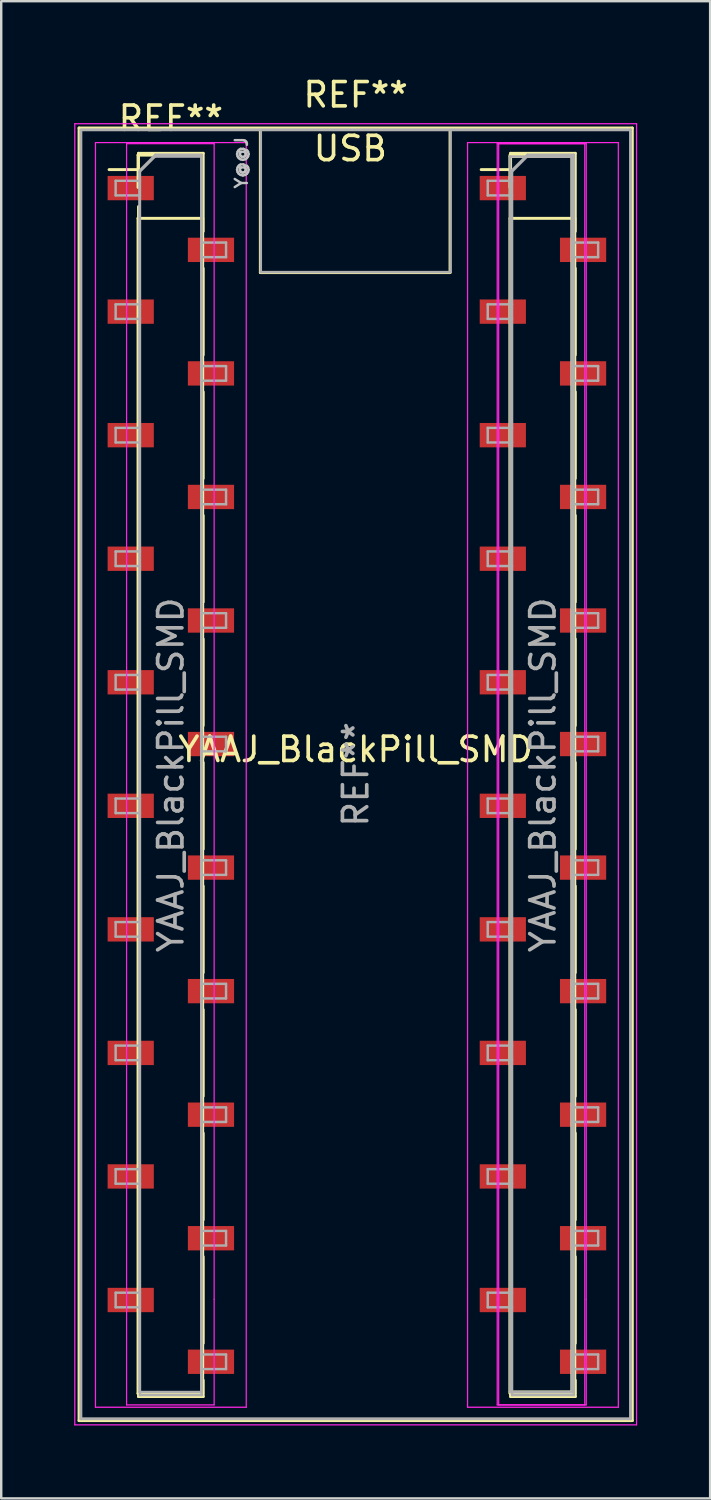
<source format=kicad_pcb>
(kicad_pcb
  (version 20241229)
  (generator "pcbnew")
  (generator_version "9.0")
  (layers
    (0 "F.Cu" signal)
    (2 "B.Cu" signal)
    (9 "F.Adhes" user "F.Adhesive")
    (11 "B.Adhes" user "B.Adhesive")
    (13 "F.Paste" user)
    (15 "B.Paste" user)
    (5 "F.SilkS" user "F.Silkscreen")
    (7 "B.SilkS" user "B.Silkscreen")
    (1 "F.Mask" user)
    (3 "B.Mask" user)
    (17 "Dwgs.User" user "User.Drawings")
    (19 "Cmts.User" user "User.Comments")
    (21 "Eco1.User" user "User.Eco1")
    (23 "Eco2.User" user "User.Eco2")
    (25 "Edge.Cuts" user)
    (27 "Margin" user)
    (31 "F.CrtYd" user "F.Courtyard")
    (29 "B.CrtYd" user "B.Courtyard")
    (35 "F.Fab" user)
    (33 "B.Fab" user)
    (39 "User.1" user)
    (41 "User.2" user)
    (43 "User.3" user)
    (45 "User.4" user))
  (footprint "YAAJ_BlackPill_SMD"
    (layer "F.Cu")
    (at 11.575 27.264)
    (property "Reference" "YAAJ_BlackPill_SMD" (at 0 0.5 0) (layer "F.SilkS") (effects (font (size 1 1) (thickness 0.15))))
    (attr through_hole)
    (fp_line (start -11.375 -25.051) (end 11.375 -25.051) (stroke (width 0.12) (type solid)) (layer "F.SilkS"))
    (fp_line (start -11.375 28.099) (end -11.375 -25.051) (stroke (width 0.12) (type solid)) (layer "F.SilkS"))
    (fp_line (start -10.14 -23.34) (end -8.93 -23.34) (stroke (width 0.12) (type solid)) (layer "F.SilkS"))
    (fp_line (start -8.95 -23.936) (end -7.62 -23.936) (stroke (width 0.12) (type solid)) (layer "F.SilkS"))
    (fp_line (start -8.95 -22.606) (end -8.95 -23.936) (stroke (width 0.12) (type solid)) (layer "F.SilkS"))
    (fp_line (start -8.95 -21.336) (end -6.29 -21.336) (stroke (width 0.12) (type solid)) (layer "F.SilkS"))
    (fp_line (start -8.95 26.984) (end -8.95 -21.336) (stroke (width 0.12) (type solid)) (layer "F.SilkS"))
    (fp_line (start -8.93 -24.01) (end -8.93 -23.34) (stroke (width 0.12) (type solid)) (layer "F.SilkS"))
    (fp_line (start -8.93 -24.01) (end -6.27 -24.01) (stroke (width 0.12) (type solid)) (layer "F.SilkS"))
    (fp_line (start -8.93 -21.82) (end -8.93 -18.26) (stroke (width 0.12) (type solid)) (layer "F.SilkS"))
    (fp_line (start -8.93 -16.74) (end -8.93 -13.18) (stroke (width 0.12) (type solid)) (layer "F.SilkS"))
    (fp_line (start -8.93 -11.66) (end -8.93 -8.1) (stroke (width 0.12) (type solid)) (layer "F.SilkS"))
    (fp_line (start -8.93 -6.58) (end -8.93 -3.02) (stroke (width 0.12) (type solid)) (layer "F.SilkS"))
    (fp_line (start -8.93 -1.5) (end -8.93 2.06) (stroke (width 0.12) (type solid)) (layer "F.SilkS"))
    (fp_line (start -8.93 3.58) (end -8.93 7.14) (stroke (width 0.12) (type solid)) (layer "F.SilkS"))
    (fp_line (start -8.93 8.66) (end -8.93 12.22) (stroke (width 0.12) (type solid)) (layer "F.SilkS"))
    (fp_line (start -8.93 13.74) (end -8.93 17.3) (stroke (width 0.12) (type solid)) (layer "F.SilkS"))
    (fp_line (start -8.93 18.82) (end -8.93 22.38) (stroke (width 0.12) (type solid)) (layer "F.SilkS"))
    (fp_line (start -8.93 23.9) (end -8.93 27.11) (stroke (width 0.12) (type solid)) (layer "F.SilkS"))
    (fp_line (start -8.93 27.11) (end -6.27 27.11) (stroke (width 0.12) (type solid)) (layer "F.SilkS"))
    (fp_line (start -6.29 -21.336) (end -6.29 26.984) (stroke (width 0.12) (type solid)) (layer "F.SilkS"))
    (fp_line (start -6.29 26.984) (end -8.95 26.984) (stroke (width 0.12) (type solid)) (layer "F.SilkS"))
    (fp_line (start -6.27 -24.01) (end -6.27 -20.8) (stroke (width 0.12) (type solid)) (layer "F.SilkS"))
    (fp_line (start -6.27 -19.28) (end -6.27 -15.72) (stroke (width 0.12) (type solid)) (layer "F.SilkS"))
    (fp_line (start -6.27 -14.2) (end -6.27 -10.64) (stroke (width 0.12) (type solid)) (layer "F.SilkS"))
    (fp_line (start -6.27 -9.12) (end -6.27 -5.56) (stroke (width 0.12) (type solid)) (layer "F.SilkS"))
    (fp_line (start -6.27 -4.04) (end -6.27 -0.48) (stroke (width 0.12) (type solid)) (layer "F.SilkS"))
    (fp_line (start -6.27 1.04) (end -6.27 4.6) (stroke (width 0.12) (type solid)) (layer "F.SilkS"))
    (fp_line (start -6.27 6.12) (end -6.27 9.68) (stroke (width 0.12) (type solid)) (layer "F.SilkS"))
    (fp_line (start -6.27 11.2) (end -6.27 14.76) (stroke (width 0.12) (type solid)) (layer "F.SilkS"))
    (fp_line (start -6.27 16.28) (end -6.27 19.84) (stroke (width 0.12) (type solid)) (layer "F.SilkS"))
    (fp_line (start -6.27 21.36) (end -6.27 24.92) (stroke (width 0.12) (type solid)) (layer "F.SilkS"))
    (fp_line (start -6.27 26.44) (end -6.27 27.11) (stroke (width 0.12) (type solid)) (layer "F.SilkS"))
    (fp_line (start -3.92 -25.006) (end -3.92 -19.106) (stroke (width 0.12) (type solid)) (layer "F.SilkS"))
    (fp_line (start -3.92 -19.106) (end 3.88 -19.106) (stroke (width 0.12) (type solid)) (layer "F.SilkS"))
    (fp_line (start 3.88 -19.106) (end 3.88 -25.006) (stroke (width 0.12) (type solid)) (layer "F.SilkS"))
    (fp_line (start 5.16 -23.34) (end 6.37 -23.34) (stroke (width 0.12) (type solid)) (layer "F.SilkS"))
    (fp_line (start 6.35 -23.936) (end 7.68 -23.936) (stroke (width 0.12) (type solid)) (layer "F.SilkS"))
    (fp_line (start 6.35 -23.876) (end 8.89 -23.876) (stroke (width 0.12) (type solid)) (layer "F.SilkS"))
    (fp_line (start 6.35 -22.606) (end 6.35 -23.936) (stroke (width 0.12) (type solid)) (layer "F.SilkS"))
    (fp_line (start 6.35 -21.336) (end 9.01 -21.336) (stroke (width 0.12) (type solid)) (layer "F.SilkS"))
    (fp_line (start 6.35 26.924) (end 6.35 -23.876) (stroke (width 0.12) (type solid)) (layer "F.SilkS"))
    (fp_line (start 6.35 26.984) (end 6.35 -21.336) (stroke (width 0.12) (type solid)) (layer "F.SilkS"))
    (fp_line (start 6.37 -24.01) (end 6.37 -23.34) (stroke (width 0.12) (type solid)) (layer "F.SilkS"))
    (fp_line (start 6.37 -24.01) (end 9.03 -24.01) (stroke (width 0.12) (type solid)) (layer "F.SilkS"))
    (fp_line (start 6.37 -21.82) (end 6.37 -18.26) (stroke (width 0.12) (type solid)) (layer "F.SilkS"))
    (fp_line (start 6.37 -16.74) (end 6.37 -13.18) (stroke (width 0.12) (type solid)) (layer "F.SilkS"))
    (fp_line (start 6.37 -11.66) (end 6.37 -8.1) (stroke (width 0.12) (type solid)) (layer "F.SilkS"))
    (fp_line (start 6.37 -6.58) (end 6.37 -3.02) (stroke (width 0.12) (type solid)) (layer "F.SilkS"))
    (fp_line (start 6.37 -1.5) (end 6.37 2.06) (stroke (width 0.12) (type solid)) (layer "F.SilkS"))
    (fp_line (start 6.37 3.58) (end 6.37 7.14) (stroke (width 0.12) (type solid)) (layer "F.SilkS"))
    (fp_line (start 6.37 8.66) (end 6.37 12.22) (stroke (width 0.12) (type solid)) (layer "F.SilkS"))
    (fp_line (start 6.37 13.74) (end 6.37 17.3) (stroke (width 0.12) (type solid)) (layer "F.SilkS"))
    (fp_line (start 6.37 18.82) (end 6.37 22.38) (stroke (width 0.12) (type solid)) (layer "F.SilkS"))
    (fp_line (start 6.37 23.9) (end 6.37 27.11) (stroke (width 0.12) (type solid)) (layer "F.SilkS"))
    (fp_line (start 6.37 27.11) (end 9.03 27.11) (stroke (width 0.12) (type solid)) (layer "F.SilkS"))
    (fp_line (start 8.89 -23.876) (end 8.89 26.924) (stroke (width 0.12) (type solid)) (layer "F.SilkS"))
    (fp_line (start 8.89 26.924) (end 6.35 26.924) (stroke (width 0.12) (type solid)) (layer "F.SilkS"))
    (fp_line (start 9.01 -21.336) (end 9.01 26.984) (stroke (width 0.12) (type solid)) (layer "F.SilkS"))
    (fp_line (start 9.01 26.984) (end 6.35 26.984) (stroke (width 0.12) (type solid)) (layer "F.SilkS"))
    (fp_line (start 9.03 -24.01) (end 9.03 -20.8) (stroke (width 0.12) (type solid)) (layer "F.SilkS"))
    (fp_line (start 9.03 -19.28) (end 9.03 -15.72) (stroke (width 0.12) (type solid)) (layer "F.SilkS"))
    (fp_line (start 9.03 -14.2) (end 9.03 -10.64) (stroke (width 0.12) (type solid)) (layer "F.SilkS"))
    (fp_line (start 9.03 -9.12) (end 9.03 -5.56) (stroke (width 0.12) (type solid)) (layer "F.SilkS"))
    (fp_line (start 9.03 -4.04) (end 9.03 -0.48) (stroke (width 0.12) (type solid)) (layer "F.SilkS"))
    (fp_line (start 9.03 1.04) (end 9.03 4.6) (stroke (width 0.12) (type solid)) (layer "F.SilkS"))
    (fp_line (start 9.03 6.12) (end 9.03 9.68) (stroke (width 0.12) (type solid)) (layer "F.SilkS"))
    (fp_line (start 9.03 11.2) (end 9.03 14.76) (stroke (width 0.12) (type solid)) (layer "F.SilkS"))
    (fp_line (start 9.03 16.28) (end 9.03 19.84) (stroke (width 0.12) (type solid)) (layer "F.SilkS"))
    (fp_line (start 9.03 21.36) (end 9.03 24.92) (stroke (width 0.12) (type solid)) (layer "F.SilkS"))
    (fp_line (start 9.03 26.44) (end 9.03 27.11) (stroke (width 0.12) (type solid)) (layer "F.SilkS"))
    (fp_line (start 11.375 -25.051) (end 11.375 28.099) (stroke (width 0.12) (type solid)) (layer "F.SilkS"))
    (fp_line (start 11.375 28.099) (end -11.375 28.099) (stroke (width 0.12) (type solid)) (layer "F.SilkS"))
    (fp_line (start -11.55 -25.226) (end 11.55 -25.226) (stroke (width 0.05) (type solid)) (layer "F.CrtYd"))
    (fp_line (start -11.55 28.274) (end -11.55 -25.226) (stroke (width 0.05) (type solid)) (layer "F.CrtYd"))
    (fp_line (start -10.7 -24.45) (end -4.5 -24.45) (stroke (width 0.05) (type solid)) (layer "F.CrtYd"))
    (fp_line (start -10.7 27.55) (end -10.7 -24.45) (stroke (width 0.05) (type solid)) (layer "F.CrtYd"))
    (fp_line (start -9.42 -24.406) (end -9.42 27.454) (stroke (width 0.05) (type solid)) (layer "F.CrtYd"))
    (fp_line (start -9.42 27.454) (end -5.82 27.454) (stroke (width 0.05) (type solid)) (layer "F.CrtYd"))
    (fp_line (start -5.82 -24.406) (end -9.42 -24.406) (stroke (width 0.05) (type solid)) (layer "F.CrtYd"))
    (fp_line (start -5.82 -24.406) (end -5.82 23.114) (stroke (width 0.05) (type solid)) (layer "F.CrtYd"))
    (fp_line (start -5.82 23.114) (end -5.82 27.454) (stroke (width 0.05) (type solid)) (layer "F.CrtYd"))
    (fp_line (start -4.5 -24.45) (end -4.5 27.55) (stroke (width 0.05) (type solid)) (layer "F.CrtYd"))
    (fp_line (start -4.5 27.55) (end -10.7 27.55) (stroke (width 0.05) (type solid)) (layer "F.CrtYd"))
    (fp_line (start 4.6 -24.45) (end 10.8 -24.45) (stroke (width 0.05) (type solid)) (layer "F.CrtYd"))
    (fp_line (start 4.6 27.55) (end 4.6 -24.45) (stroke (width 0.05) (type solid)) (layer "F.CrtYd"))
    (fp_line (start 5.82 -24.406) (end 5.82 23.114) (stroke (width 0.05) (type solid)) (layer "F.CrtYd"))
    (fp_line (start 5.82 -24.406) (end 9.42 -24.406) (stroke (width 0.05) (type solid)) (layer "F.CrtYd"))
    (fp_line (start 5.82 23.114) (end 5.82 27.454) (stroke (width 0.05) (type solid)) (layer "F.CrtYd"))
    (fp_line (start 5.88 -24.406) (end 5.88 27.454) (stroke (width 0.05) (type solid)) (layer "F.CrtYd"))
    (fp_line (start 5.88 27.454) (end 9.48 27.454) (stroke (width 0.05) (type solid)) (layer "F.CrtYd"))
    (fp_line (start 9.42 -24.406) (end 9.42 27.454) (stroke (width 0.05) (type solid)) (layer "F.CrtYd"))
    (fp_line (start 9.42 27.454) (end 5.82 27.454) (stroke (width 0.05) (type solid)) (layer "F.CrtYd"))
    (fp_line (start 9.48 -24.406) (end 5.88 -24.406) (stroke (width 0.05) (type solid)) (layer "F.CrtYd"))
    (fp_line (start 9.48 -24.406) (end 9.48 23.114) (stroke (width 0.05) (type solid)) (layer "F.CrtYd"))
    (fp_line (start 9.48 23.114) (end 9.48 27.454) (stroke (width 0.05) (type solid)) (layer "F.CrtYd"))
    (fp_line (start 10.8 -24.45) (end 10.8 27.55) (stroke (width 0.05) (type solid)) (layer "F.CrtYd"))
    (fp_line (start 10.8 27.55) (end 4.6 27.55) (stroke (width 0.05) (type solid)) (layer "F.CrtYd"))
    (fp_line (start 11.55 -25.226) (end 11.55 28.274) (stroke (width 0.05) (type solid)) (layer "F.CrtYd"))
    (fp_line (start 11.55 28.274) (end -11.55 28.274) (stroke (width 0.05) (type solid)) (layer "F.CrtYd"))
    (fp_line (start -11.3 -24.976) (end 11.3 -24.976) (stroke (width 0.12) (type solid)) (layer "F.Fab"))
    (fp_line (start -11.3 28.024) (end -11.3 -24.926) (stroke (width 0.12) (type solid)) (layer "F.Fab"))
    (fp_line (start -11.3 28.024) (end 11.3 28.024) (stroke (width 0.12) (type solid)) (layer "F.Fab"))
    (fp_line (start -9.87 -22.88) (end -8.87 -22.88) (stroke (width 0.1) (type solid)) (layer "F.Fab"))
    (fp_line (start -9.87 -22.28) (end -9.87 -22.88) (stroke (width 0.1) (type solid)) (layer "F.Fab"))
    (fp_line (start -9.87 -17.8) (end -8.87 -17.8) (stroke (width 0.1) (type solid)) (layer "F.Fab"))
    (fp_line (start -9.87 -17.2) (end -9.87 -17.8) (stroke (width 0.1) (type solid)) (layer "F.Fab"))
    (fp_line (start -9.87 -12.72) (end -8.87 -12.72) (stroke (width 0.1) (type solid)) (layer "F.Fab"))
    (fp_line (start -9.87 -12.12) (end -9.87 -12.72) (stroke (width 0.1) (type solid)) (layer "F.Fab"))
    (fp_line (start -9.87 -7.64) (end -8.87 -7.64) (stroke (width 0.1) (type solid)) (layer "F.Fab"))
    (fp_line (start -9.87 -7.04) (end -9.87 -7.64) (stroke (width 0.1) (type solid)) (layer "F.Fab"))
    (fp_line (start -9.87 -2.56) (end -8.87 -2.56) (stroke (width 0.1) (type solid)) (layer "F.Fab"))
    (fp_line (start -9.87 -1.96) (end -9.87 -2.56) (stroke (width 0.1) (type solid)) (layer "F.Fab"))
    (fp_line (start -9.87 2.52) (end -8.87 2.52) (stroke (width 0.1) (type solid)) (layer "F.Fab"))
    (fp_line (start -9.87 3.12) (end -9.87 2.52) (stroke (width 0.1) (type solid)) (layer "F.Fab"))
    (fp_line (start -9.87 7.6) (end -8.87 7.6) (stroke (width 0.1) (type solid)) (layer "F.Fab"))
    (fp_line (start -9.87 8.2) (end -9.87 7.6) (stroke (width 0.1) (type solid)) (layer "F.Fab"))
    (fp_line (start -9.87 12.68) (end -8.87 12.68) (stroke (width 0.1) (type solid)) (layer "F.Fab"))
    (fp_line (start -9.87 13.28) (end -9.87 12.68) (stroke (width 0.1) (type solid)) (layer "F.Fab"))
    (fp_line (start -9.87 17.76) (end -8.87 17.76) (stroke (width 0.1) (type solid)) (layer "F.Fab"))
    (fp_line (start -9.87 18.36) (end -9.87 17.76) (stroke (width 0.1) (type solid)) (layer "F.Fab"))
    (fp_line (start -9.87 22.84) (end -8.87 22.84) (stroke (width 0.1) (type solid)) (layer "F.Fab"))
    (fp_line (start -9.87 23.44) (end -9.87 22.84) (stroke (width 0.1) (type solid)) (layer "F.Fab"))
    (fp_line (start -8.89 -23.241) (end -8.255 -23.876) (stroke (width 0.1) (type solid)) (layer "F.Fab"))
    (fp_line (start -8.89 26.924) (end -8.89 -23.241) (stroke (width 0.1) (type solid)) (layer "F.Fab"))
    (fp_line (start -8.87 -23.315) (end -8.235 -23.95) (stroke (width 0.1) (type solid)) (layer "F.Fab"))
    (fp_line (start -8.87 -22.28) (end -9.87 -22.28) (stroke (width 0.1) (type solid)) (layer "F.Fab"))
    (fp_line (start -8.87 -17.2) (end -9.87 -17.2) (stroke (width 0.1) (type solid)) (layer "F.Fab"))
    (fp_line (start -8.87 -12.12) (end -9.87 -12.12) (stroke (width 0.1) (type solid)) (layer "F.Fab"))
    (fp_line (start -8.87 -7.04) (end -9.87 -7.04) (stroke (width 0.1) (type solid)) (layer "F.Fab"))
    (fp_line (start -8.87 -1.96) (end -9.87 -1.96) (stroke (width 0.1) (type solid)) (layer "F.Fab"))
    (fp_line (start -8.87 3.12) (end -9.87 3.12) (stroke (width 0.1) (type solid)) (layer "F.Fab"))
    (fp_line (start -8.87 8.2) (end -9.87 8.2) (stroke (width 0.1) (type solid)) (layer "F.Fab"))
    (fp_line (start -8.87 13.28) (end -9.87 13.28) (stroke (width 0.1) (type solid)) (layer "F.Fab"))
    (fp_line (start -8.87 18.36) (end -9.87 18.36) (stroke (width 0.1) (type solid)) (layer "F.Fab"))
    (fp_line (start -8.87 23.44) (end -9.87 23.44) (stroke (width 0.1) (type solid)) (layer "F.Fab"))
    (fp_line (start -8.87 27.05) (end -8.87 -23.315) (stroke (width 0.1) (type solid)) (layer "F.Fab"))
    (fp_line (start -8.255 -23.876) (end -6.35 -23.876) (stroke (width 0.1) (type solid)) (layer "F.Fab"))
    (fp_line (start -8.235 -23.95) (end -6.33 -23.95) (stroke (width 0.1) (type solid)) (layer "F.Fab"))
    (fp_line (start -6.35 -23.876) (end -6.35 26.924) (stroke (width 0.1) (type solid)) (layer "F.Fab"))
    (fp_line (start -6.35 26.924) (end -8.89 26.924) (stroke (width 0.1) (type solid)) (layer "F.Fab"))
    (fp_line (start -6.33 -23.95) (end -6.33 27.05) (stroke (width 0.1) (type solid)) (layer "F.Fab"))
    (fp_line (start -6.33 -20.34) (end -5.33 -20.34) (stroke (width 0.1) (type solid)) (layer "F.Fab"))
    (fp_line (start -6.33 -15.26) (end -5.33 -15.26) (stroke (width 0.1) (type solid)) (layer "F.Fab"))
    (fp_line (start -6.33 -10.18) (end -5.33 -10.18) (stroke (width 0.1) (type solid)) (layer "F.Fab"))
    (fp_line (start -6.33 -5.1) (end -5.33 -5.1) (stroke (width 0.1) (type solid)) (layer "F.Fab"))
    (fp_line (start -6.33 -0.02) (end -5.33 -0.02) (stroke (width 0.1) (type solid)) (layer "F.Fab"))
    (fp_line (start -6.33 5.06) (end -5.33 5.06) (stroke (width 0.1) (type solid)) (layer "F.Fab"))
    (fp_line (start -6.33 10.14) (end -5.33 10.14) (stroke (width 0.1) (type solid)) (layer "F.Fab"))
    (fp_line (start -6.33 15.22) (end -5.33 15.22) (stroke (width 0.1) (type solid)) (layer "F.Fab"))
    (fp_line (start -6.33 20.3) (end -5.33 20.3) (stroke (width 0.1) (type solid)) (layer "F.Fab"))
    (fp_line (start -6.33 25.38) (end -5.33 25.38) (stroke (width 0.1) (type solid)) (layer "F.Fab"))
    (fp_line (start -6.33 27.05) (end -8.87 27.05) (stroke (width 0.1) (type solid)) (layer "F.Fab"))
    (fp_line (start -5.33 -20.34) (end -5.33 -19.74) (stroke (width 0.1) (type solid)) (layer "F.Fab"))
    (fp_line (start -5.33 -19.74) (end -6.33 -19.74) (stroke (width 0.1) (type solid)) (layer "F.Fab"))
    (fp_line (start -5.33 -15.26) (end -5.33 -14.66) (stroke (width 0.1) (type solid)) (layer "F.Fab"))
    (fp_line (start -5.33 -14.66) (end -6.33 -14.66) (stroke (width 0.1) (type solid)) (layer "F.Fab"))
    (fp_line (start -5.33 -10.18) (end -5.33 -9.58) (stroke (width 0.1) (type solid)) (layer "F.Fab"))
    (fp_line (start -5.33 -9.58) (end -6.33 -9.58) (stroke (width 0.1) (type solid)) (layer "F.Fab"))
    (fp_line (start -5.33 -5.1) (end -5.33 -4.5) (stroke (width 0.1) (type solid)) (layer "F.Fab"))
    (fp_line (start -5.33 -4.5) (end -6.33 -4.5) (stroke (width 0.1) (type solid)) (layer "F.Fab"))
    (fp_line (start -5.33 -0.02) (end -5.33 0.58) (stroke (width 0.1) (type solid)) (layer "F.Fab"))
    (fp_line (start -5.33 0.58) (end -6.33 0.58) (stroke (width 0.1) (type solid)) (layer "F.Fab"))
    (fp_line (start -5.33 5.06) (end -5.33 5.66) (stroke (width 0.1) (type solid)) (layer "F.Fab"))
    (fp_line (start -5.33 5.66) (end -6.33 5.66) (stroke (width 0.1) (type solid)) (layer "F.Fab"))
    (fp_line (start -5.33 10.14) (end -5.33 10.74) (stroke (width 0.1) (type solid)) (layer "F.Fab"))
    (fp_line (start -5.33 10.74) (end -6.33 10.74) (stroke (width 0.1) (type solid)) (layer "F.Fab"))
    (fp_line (start -5.33 15.22) (end -5.33 15.82) (stroke (width 0.1) (type solid)) (layer "F.Fab"))
    (fp_line (start -5.33 15.82) (end -6.33 15.82) (stroke (width 0.1) (type solid)) (layer "F.Fab"))
    (fp_line (start -5.33 20.3) (end -5.33 20.9) (stroke (width 0.1) (type solid)) (layer "F.Fab"))
    (fp_line (start -5.33 20.9) (end -6.33 20.9) (stroke (width 0.1) (type solid)) (layer "F.Fab"))
    (fp_line (start -5.33 25.38) (end -5.33 25.98) (stroke (width 0.1) (type solid)) (layer "F.Fab"))
    (fp_line (start -5.33 25.98) (end -6.33 25.98) (stroke (width 0.1) (type solid)) (layer "F.Fab"))
    (fp_line (start -3.9 -19.126) (end -3.9 -24.926) (stroke (width 0.1) (type solid)) (layer "F.Fab"))
    (fp_line (start -3.9 -19.126) (end 3.9 -19.126) (stroke (width 0.1) (type solid)) (layer "F.Fab"))
    (fp_line (start 3.9 -19.126) (end 3.9 -24.926) (stroke (width 0.1) (type solid)) (layer "F.Fab"))
    (fp_line (start 5.43 -22.88) (end 6.43 -22.88) (stroke (width 0.1) (type solid)) (layer "F.Fab"))
    (fp_line (start 5.43 -22.28) (end 5.43 -22.88) (stroke (width 0.1) (type solid)) (layer "F.Fab"))
    (fp_line (start 5.43 -17.8) (end 6.43 -17.8) (stroke (width 0.1) (type solid)) (layer "F.Fab"))
    (fp_line (start 5.43 -17.2) (end 5.43 -17.8) (stroke (width 0.1) (type solid)) (layer "F.Fab"))
    (fp_line (start 5.43 -12.72) (end 6.43 -12.72) (stroke (width 0.1) (type solid)) (layer "F.Fab"))
    (fp_line (start 5.43 -12.12) (end 5.43 -12.72) (stroke (width 0.1) (type solid)) (layer "F.Fab"))
    (fp_line (start 5.43 -7.64) (end 6.43 -7.64) (stroke (width 0.1) (type solid)) (layer "F.Fab"))
    (fp_line (start 5.43 -7.04) (end 5.43 -7.64) (stroke (width 0.1) (type solid)) (layer "F.Fab"))
    (fp_line (start 5.43 -2.56) (end 6.43 -2.56) (stroke (width 0.1) (type solid)) (layer "F.Fab"))
    (fp_line (start 5.43 -1.96) (end 5.43 -2.56) (stroke (width 0.1) (type solid)) (layer "F.Fab"))
    (fp_line (start 5.43 2.52) (end 6.43 2.52) (stroke (width 0.1) (type solid)) (layer "F.Fab"))
    (fp_line (start 5.43 3.12) (end 5.43 2.52) (stroke (width 0.1) (type solid)) (layer "F.Fab"))
    (fp_line (start 5.43 7.6) (end 6.43 7.6) (stroke (width 0.1) (type solid)) (layer "F.Fab"))
    (fp_line (start 5.43 8.2) (end 5.43 7.6) (stroke (width 0.1) (type solid)) (layer "F.Fab"))
    (fp_line (start 5.43 12.68) (end 6.43 12.68) (stroke (width 0.1) (type solid)) (layer "F.Fab"))
    (fp_line (start 5.43 13.28) (end 5.43 12.68) (stroke (width 0.1) (type solid)) (layer "F.Fab"))
    (fp_line (start 5.43 17.76) (end 6.43 17.76) (stroke (width 0.1) (type solid)) (layer "F.Fab"))
    (fp_line (start 5.43 18.36) (end 5.43 17.76) (stroke (width 0.1) (type solid)) (layer "F.Fab"))
    (fp_line (start 5.43 22.84) (end 6.43 22.84) (stroke (width 0.1) (type solid)) (layer "F.Fab"))
    (fp_line (start 5.43 23.44) (end 5.43 22.84) (stroke (width 0.1) (type solid)) (layer "F.Fab"))
    (fp_line (start 6.35 -23.876) (end 8.89 -23.876) (stroke (width 0.1) (type solid)) (layer "F.Fab"))
    (fp_line (start 6.35 26.924) (end 6.35 -23.876) (stroke (width 0.1) (type solid)) (layer "F.Fab"))
    (fp_line (start 6.41 -23.241) (end 7.045 -23.876) (stroke (width 0.1) (type solid)) (layer "F.Fab"))
    (fp_line (start 6.41 26.924) (end 6.41 -23.241) (stroke (width 0.1) (type solid)) (layer "F.Fab"))
    (fp_line (start 6.43 -23.315) (end 7.065 -23.95) (stroke (width 0.1) (type solid)) (layer "F.Fab"))
    (fp_line (start 6.43 -22.28) (end 5.43 -22.28) (stroke (width 0.1) (type solid)) (layer "F.Fab"))
    (fp_line (start 6.43 -17.2) (end 5.43 -17.2) (stroke (width 0.1) (type solid)) (layer "F.Fab"))
    (fp_line (start 6.43 -12.12) (end 5.43 -12.12) (stroke (width 0.1) (type solid)) (layer "F.Fab"))
    (fp_line (start 6.43 -7.04) (end 5.43 -7.04) (stroke (width 0.1) (type solid)) (layer "F.Fab"))
    (fp_line (start 6.43 -1.96) (end 5.43 -1.96) (stroke (width 0.1) (type solid)) (layer "F.Fab"))
    (fp_line (start 6.43 3.12) (end 5.43 3.12) (stroke (width 0.1) (type solid)) (layer "F.Fab"))
    (fp_line (start 6.43 8.2) (end 5.43 8.2) (stroke (width 0.1) (type solid)) (layer "F.Fab"))
    (fp_line (start 6.43 13.28) (end 5.43 13.28) (stroke (width 0.1) (type solid)) (layer "F.Fab"))
    (fp_line (start 6.43 18.36) (end 5.43 18.36) (stroke (width 0.1) (type solid)) (layer "F.Fab"))
    (fp_line (start 6.43 23.44) (end 5.43 23.44) (stroke (width 0.1) (type solid)) (layer "F.Fab"))
    (fp_line (start 6.43 27.05) (end 6.43 -23.315) (stroke (width 0.1) (type solid)) (layer "F.Fab"))
    (fp_line (start 7.045 -23.876) (end 8.95 -23.876) (stroke (width 0.1) (type solid)) (layer "F.Fab"))
    (fp_line (start 7.065 -23.95) (end 8.97 -23.95) (stroke (width 0.1) (type solid)) (layer "F.Fab"))
    (fp_line (start 8.89 -23.876) (end 8.89 26.924) (stroke (width 0.1) (type solid)) (layer "F.Fab"))
    (fp_line (start 8.89 26.924) (end 6.35 26.924) (stroke (width 0.1) (type solid)) (layer "F.Fab"))
    (fp_line (start 8.95 -23.876) (end 8.95 26.924) (stroke (width 0.1) (type solid)) (layer "F.Fab"))
    (fp_line (start 8.95 26.924) (end 6.41 26.924) (stroke (width 0.1) (type solid)) (layer "F.Fab"))
    (fp_line (start 8.97 -23.95) (end 8.97 27.05) (stroke (width 0.1) (type solid)) (layer "F.Fab"))
    (fp_line (start 8.97 -20.34) (end 9.97 -20.34) (stroke (width 0.1) (type solid)) (layer "F.Fab"))
    (fp_line (start 8.97 -15.26) (end 9.97 -15.26) (stroke (width 0.1) (type solid)) (layer "F.Fab"))
    (fp_line (start 8.97 -10.18) (end 9.97 -10.18) (stroke (width 0.1) (type solid)) (layer "F.Fab"))
    (fp_line (start 8.97 -5.1) (end 9.97 -5.1) (stroke (width 0.1) (type solid)) (layer "F.Fab"))
    (fp_line (start 8.97 -0.02) (end 9.97 -0.02) (stroke (width 0.1) (type solid)) (layer "F.Fab"))
    (fp_line (start 8.97 5.06) (end 9.97 5.06) (stroke (width 0.1) (type solid)) (layer "F.Fab"))
    (fp_line (start 8.97 10.14) (end 9.97 10.14) (stroke (width 0.1) (type solid)) (layer "F.Fab"))
    (fp_line (start 8.97 15.22) (end 9.97 15.22) (stroke (width 0.1) (type solid)) (layer "F.Fab"))
    (fp_line (start 8.97 20.3) (end 9.97 20.3) (stroke (width 0.1) (type solid)) (layer "F.Fab"))
    (fp_line (start 8.97 25.38) (end 9.97 25.38) (stroke (width 0.1) (type solid)) (layer "F.Fab"))
    (fp_line (start 8.97 27.05) (end 6.43 27.05) (stroke (width 0.1) (type solid)) (layer "F.Fab"))
    (fp_line (start 9.97 -20.34) (end 9.97 -19.74) (stroke (width 0.1) (type solid)) (layer "F.Fab"))
    (fp_line (start 9.97 -19.74) (end 8.97 -19.74) (stroke (width 0.1) (type solid)) (layer "F.Fab"))
    (fp_line (start 9.97 -15.26) (end 9.97 -14.66) (stroke (width 0.1) (type solid)) (layer "F.Fab"))
    (fp_line (start 9.97 -14.66) (end 8.97 -14.66) (stroke (width 0.1) (type solid)) (layer "F.Fab"))
    (fp_line (start 9.97 -10.18) (end 9.97 -9.58) (stroke (width 0.1) (type solid)) (layer "F.Fab"))
    (fp_line (start 9.97 -9.58) (end 8.97 -9.58) (stroke (width 0.1) (type solid)) (layer "F.Fab"))
    (fp_line (start 9.97 -5.1) (end 9.97 -4.5) (stroke (width 0.1) (type solid)) (layer "F.Fab"))
    (fp_line (start 9.97 -4.5) (end 8.97 -4.5) (stroke (width 0.1) (type solid)) (layer "F.Fab"))
    (fp_line (start 9.97 -0.02) (end 9.97 0.58) (stroke (width 0.1) (type solid)) (layer "F.Fab"))
    (fp_line (start 9.97 0.58) (end 8.97 0.58) (stroke (width 0.1) (type solid)) (layer "F.Fab"))
    (fp_line (start 9.97 5.06) (end 9.97 5.66) (stroke (width 0.1) (type solid)) (layer "F.Fab"))
    (fp_line (start 9.97 5.66) (end 8.97 5.66) (stroke (width 0.1) (type solid)) (layer "F.Fab"))
    (fp_line (start 9.97 10.14) (end 9.97 10.74) (stroke (width 0.1) (type solid)) (layer "F.Fab"))
    (fp_line (start 9.97 10.74) (end 8.97 10.74) (stroke (width 0.1) (type solid)) (layer "F.Fab"))
    (fp_line (start 9.97 15.22) (end 9.97 15.82) (stroke (width 0.1) (type solid)) (layer "F.Fab"))
    (fp_line (start 9.97 15.82) (end 8.97 15.82) (stroke (width 0.1) (type solid)) (layer "F.Fab"))
    (fp_line (start 9.97 20.3) (end 9.97 20.9) (stroke (width 0.1) (type solid)) (layer "F.Fab"))
    (fp_line (start 9.97 20.9) (end 8.97 20.9) (stroke (width 0.1) (type solid)) (layer "F.Fab"))
    (fp_line (start 9.97 25.38) (end 9.97 25.98) (stroke (width 0.1) (type solid)) (layer "F.Fab"))
    (fp_line (start 9.97 25.98) (end 8.97 25.98) (stroke (width 0.1) (type solid)) (layer "F.Fab"))
    (fp_line (start 11.3 -24.976) (end 11.3 28.024) (stroke (width 0.12) (type solid)) (layer "F.Fab"))
    (fp_text user "REF**" (at -7.6 -25.45 0) (layer "F.SilkS") (effects (font (size 1 1) (thickness 0.15))))
    (fp_text user "USB" (at -0.22 -24.206 0) (layer "F.SilkS") (effects (font (size 1 1) (thickness 0.15))))
    (fp_text user "REF**" (at 0 -26.416 0) (layer "F.SilkS") (effects (font (size 1 1) (thickness 0.15))))
    (fp_text user "Y@@J" (at -4.699 -23.622 90) (unlocked yes) (layer "Dwgs.User") (effects (font (size 0.5 0.5) (thickness 0.1))))
    (fp_text user "REF**" (at 0 1.524 90) (layer "F.Fab") (effects (font (size 1 1) (thickness 0.15))))
    (fp_text user "${REFERENCE}" (at -7.6 1.55 90) (layer "F.Fab") (effects (font (size 1 1) (thickness 0.15))))
    (fp_text user "${REFERENCE}" (at 7.7 1.55 90) (layer "F.Fab") (effects (font (size 1 1) (thickness 0.15))))
    (pad "1" smd rect (at -9.25 -22.58) (size 1.9 1) (layers "F.Cu" "F.Mask" "F.Paste"))
    (pad "2" smd rect (at -5.95 -20.04) (size 1.9 1) (layers "F.Cu" "F.Mask" "F.Paste"))
    (pad "3" smd rect (at -9.25 -17.5) (size 1.9 1) (layers "F.Cu" "F.Mask" "F.Paste"))
    (pad "4" smd rect (at -5.95 -14.96) (size 1.9 1) (layers "F.Cu" "F.Mask" "F.Paste"))
    (pad "5" smd rect (at -9.25 -12.42) (size 1.9 1) (layers "F.Cu" "F.Mask" "F.Paste"))
    (pad "6" smd rect (at -5.95 -9.88) (size 1.9 1) (layers "F.Cu" "F.Mask" "F.Paste"))
    (pad "7" smd rect (at -9.25 -7.34) (size 1.9 1) (layers "F.Cu" "F.Mask" "F.Paste"))
    (pad "8" smd rect (at -5.95 -4.8) (size 1.9 1) (layers "F.Cu" "F.Mask" "F.Paste"))
    (pad "9" smd rect (at -9.25 -2.26) (size 1.9 1) (layers "F.Cu" "F.Mask" "F.Paste"))
    (pad "10" smd rect (at -5.95 0.28) (size 1.9 1) (layers "F.Cu" "F.Mask" "F.Paste"))
    (pad "11" smd rect (at -9.25 2.82) (size 1.9 1) (layers "F.Cu" "F.Mask" "F.Paste"))
    (pad "12" smd rect (at -5.95 5.36) (size 1.9 1) (layers "F.Cu" "F.Mask" "F.Paste"))
    (pad "13" smd rect (at -9.25 7.9) (size 1.9 1) (layers "F.Cu" "F.Mask" "F.Paste"))
    (pad "14" smd rect (at -5.95 10.44) (size 1.9 1) (layers "F.Cu" "F.Mask" "F.Paste"))
    (pad "15" smd rect (at -9.25 12.98) (size 1.9 1) (layers "F.Cu" "F.Mask" "F.Paste"))
    (pad "16" smd rect (at -5.95 15.52) (size 1.9 1) (layers "F.Cu" "F.Mask" "F.Paste"))
    (pad "17" smd rect (at -9.25 18.06) (size 1.9 1) (layers "F.Cu" "F.Mask" "F.Paste"))
    (pad "18" smd rect (at -5.95 20.6) (size 1.9 1) (layers "F.Cu" "F.Mask" "F.Paste"))
    (pad "19" smd rect (at -9.25 23.14) (size 1.9 1) (layers "F.Cu" "F.Mask" "F.Paste"))
    (pad "20" smd rect (at -5.95 25.68) (size 1.9 1) (layers "F.Cu" "F.Mask" "F.Paste"))
    (pad "21" smd rect (at 9.35 25.68) (size 1.9 1) (layers "F.Cu" "F.Mask" "F.Paste"))
    (pad "22" smd rect (at 6.05 23.14) (size 1.9 1) (layers "F.Cu" "F.Mask" "F.Paste"))
    (pad "23" smd rect (at 9.35 20.6) (size 1.9 1) (layers "F.Cu" "F.Mask" "F.Paste"))
    (pad "24" smd rect (at 6.05 18.06) (size 1.9 1) (layers "F.Cu" "F.Mask" "F.Paste"))
    (pad "25" smd rect (at 9.35 15.52) (size 1.9 1) (layers "F.Cu" "F.Mask" "F.Paste"))
    (pad "26" smd rect (at 6.05 12.98) (size 1.9 1) (layers "F.Cu" "F.Mask" "F.Paste"))
    (pad "27" smd rect (at 9.35 10.44) (size 1.9 1) (layers "F.Cu" "F.Mask" "F.Paste"))
    (pad "28" smd rect (at 6.05 7.9) (size 1.9 1) (layers "F.Cu" "F.Mask" "F.Paste"))
    (pad "29" smd rect (at 9.35 5.36) (size 1.9 1) (layers "F.Cu" "F.Mask" "F.Paste"))
    (pad "30" smd rect (at 6.05 2.82) (size 1.9 1) (layers "F.Cu" "F.Mask" "F.Paste"))
    (pad "31" smd rect (at 9.35 0.28) (size 1.9 1) (layers "F.Cu" "F.Mask" "F.Paste"))
    (pad "32" smd rect (at 6.05 -2.26) (size 1.9 1) (layers "F.Cu" "F.Mask" "F.Paste"))
    (pad "33" smd rect (at 9.35 -4.8) (size 1.9 1) (layers "F.Cu" "F.Mask" "F.Paste"))
    (pad "34" smd rect (at 6.05 -7.34) (size 1.9 1) (layers "F.Cu" "F.Mask" "F.Paste"))
    (pad "35" smd rect (at 9.35 -9.88) (size 1.9 1) (layers "F.Cu" "F.Mask" "F.Paste"))
    (pad "36" smd rect (at 6.05 -12.42) (size 1.9 1) (layers "F.Cu" "F.Mask" "F.Paste"))
    (pad "37" smd rect (at 9.35 -14.96) (size 1.9 1) (layers "F.Cu" "F.Mask" "F.Paste"))
    (pad "38" smd rect (at 6.05 -17.5) (size 1.9 1) (layers "F.Cu" "F.Mask" "F.Paste"))
    (pad "39" smd rect (at 9.35 -20.04) (size 1.9 1) (layers "F.Cu" "F.Mask" "F.Paste"))
    (pad "40" smd rect (at 6.05 -22.58) (size 1.9 1) (layers "F.Cu" "F.Mask" "F.Paste")))
  (gr_rect
    (start -3 -3)
    (end 26.15 58.563)
    (stroke (width 0.1) (type default))
    (fill no)
    (layer "Edge.Cuts")))
</source>
